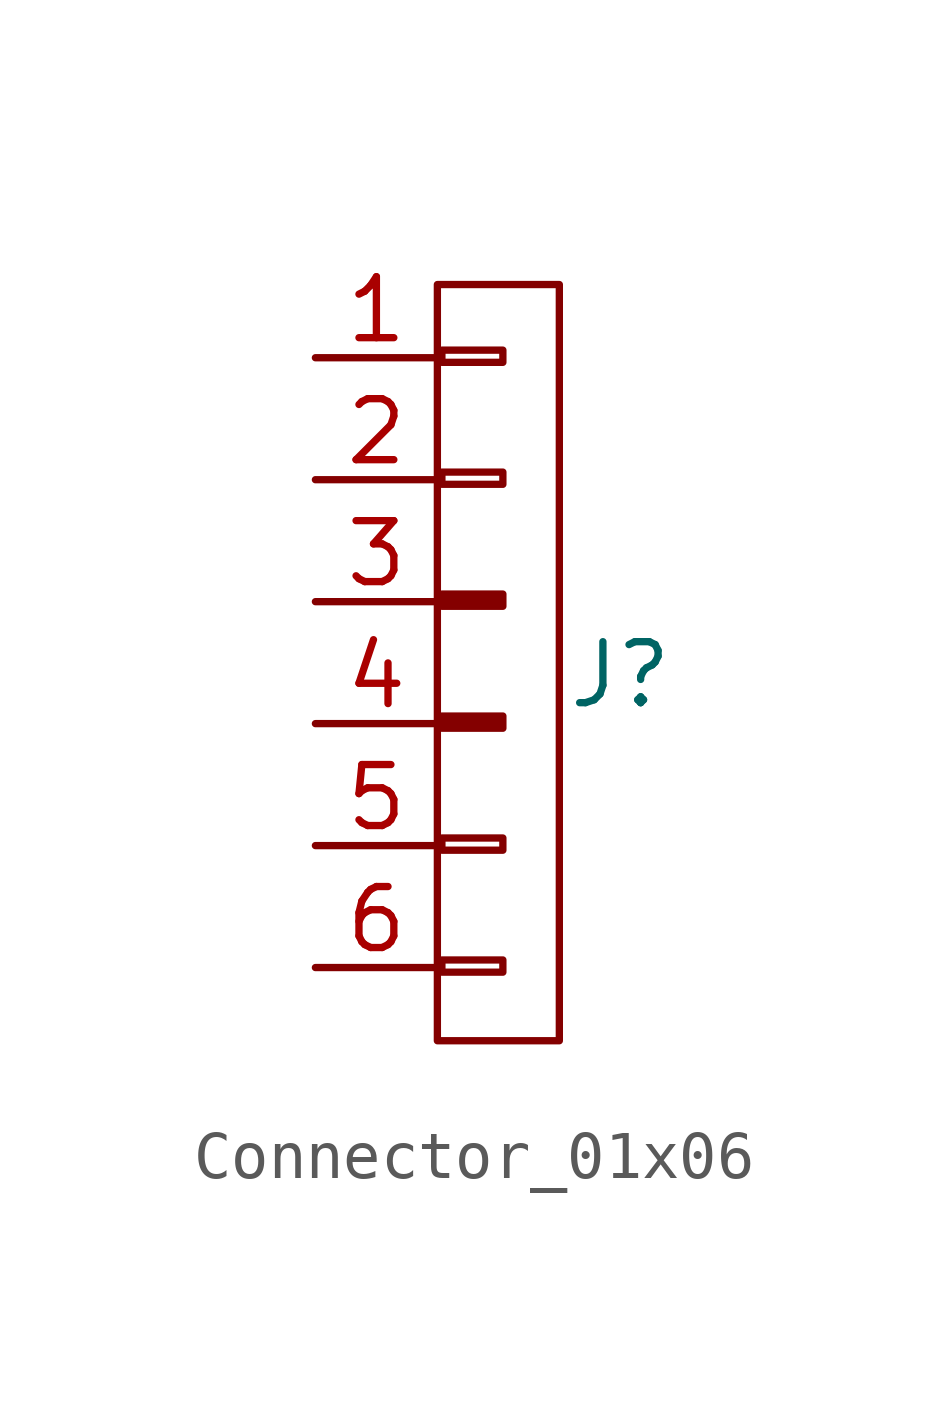
<source format=kicad_sym>
(kicad_symbol_lib
  (version 20241209)
  (generator "kicad_symbol_editor")
  (generator_version "9.0")
  (symbol "Connector_01x06"
    (property "Reference" "J"
      (at 2.54 -0.254 0)
      (effects (font (size 1.27 1.27))))
    (property "Value" ""
      (at 0 0 0)
      (effects (font (size 1.27 1.27))))
    (symbol "Connector_01x06_0_1"
      (rectangle (start -1.27 7.874) (end 1.27 -7.874) (stroke (width 0) (type default)) (fill (type none)))
      (polyline (pts (xy -1.176 6.508) (xy -1.176 6.254) (xy 0.094 6.254) (xy 0.094 6.508) (xy -1.176 6.508)) (stroke (width 0) (type default)) (fill (type none)))
      (polyline (pts (xy -1.176 3.968) (xy -1.176 3.714) (xy 0.094 3.714) (xy 0.094 3.968) (xy -1.176 3.968)) (stroke (width 0) (type default)) (fill (type none)))
      (polyline (pts (xy -1.176 -3.652) (xy -1.176 -3.906) (xy 0.094 -3.906) (xy 0.094 -3.652) (xy -1.176 -3.652)) (stroke (width 0) (type default)) (fill (type none)))
      (polyline (pts (xy -1.176 -6.192) (xy -1.176 -6.446) (xy 0.094 -6.446) (xy 0.094 -6.192) (xy -1.176 -6.192)) (stroke (width 0) (type default)) (fill (type none))))
    (symbol "Connector_01x06_1_1"
      (polyline (pts (xy -1.176 1.428) (xy -1.176 1.174) (xy 0.094 1.174) (xy 0.094 1.428) (xy -1.176 1.428)) (stroke (width 0) (type solid)) (fill (type outline)))
      (polyline (pts (xy -1.176 -1.112) (xy -1.176 -1.366) (xy 0.094 -1.366) (xy 0.094 -1.112) (xy -1.176 -1.112)) (stroke (width 0) (type solid)) (fill (type outline)))
      (pin passive line (at -3.81 6.35 0) (length 2.54) (name "" (effects (font (size 1.27 1.27)))) (number "1" (effects (font (size 1.27 1.27)))))
      (pin passive line (at -3.81 3.81 0) (length 2.54) (name "" (effects (font (size 1.27 1.27)))) (number "2" (effects (font (size 1.27 1.27)))))
      (pin passive line (at -3.81 1.27 0) (length 2.54) (name "" (effects (font (size 1.27 1.27)))) (number "3" (effects (font (size 1.27 1.27)))))
      (pin passive line (at -3.81 -1.27 0) (length 2.54) (name "" (effects (font (size 1.27 1.27)))) (number "4" (effects (font (size 1.27 1.27)))))
      (pin passive line (at -3.81 -3.81 0) (length 2.54) (name "" (effects (font (size 1.27 1.27)))) (number "5" (effects (font (size 1.27 1.27)))))
      (pin passive line (at -3.81 -6.35 0) (length 2.54) (name "" (effects (font (size 1.27 1.27)))) (number "6" (effects (font (size 1.27 1.27))))))))
</source>
